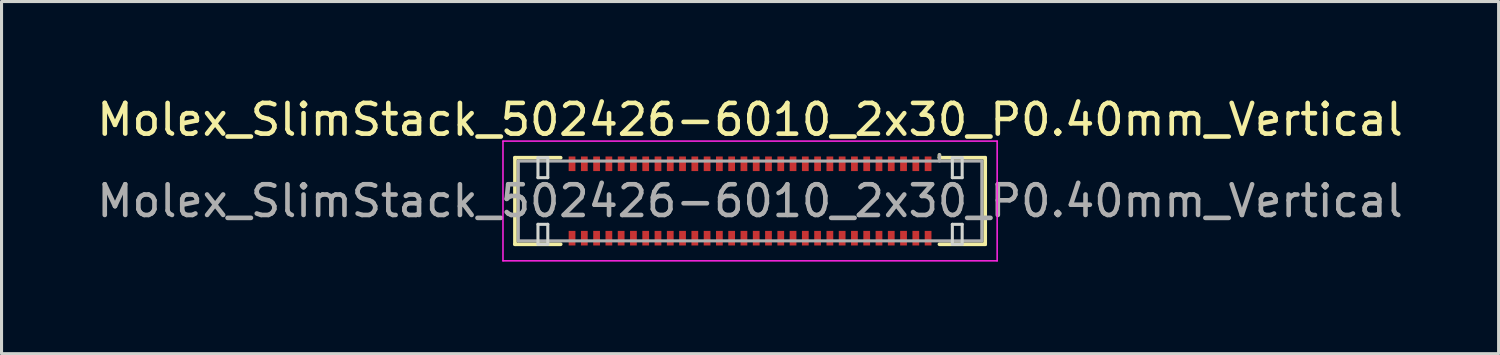
<source format=kicad_pcb>
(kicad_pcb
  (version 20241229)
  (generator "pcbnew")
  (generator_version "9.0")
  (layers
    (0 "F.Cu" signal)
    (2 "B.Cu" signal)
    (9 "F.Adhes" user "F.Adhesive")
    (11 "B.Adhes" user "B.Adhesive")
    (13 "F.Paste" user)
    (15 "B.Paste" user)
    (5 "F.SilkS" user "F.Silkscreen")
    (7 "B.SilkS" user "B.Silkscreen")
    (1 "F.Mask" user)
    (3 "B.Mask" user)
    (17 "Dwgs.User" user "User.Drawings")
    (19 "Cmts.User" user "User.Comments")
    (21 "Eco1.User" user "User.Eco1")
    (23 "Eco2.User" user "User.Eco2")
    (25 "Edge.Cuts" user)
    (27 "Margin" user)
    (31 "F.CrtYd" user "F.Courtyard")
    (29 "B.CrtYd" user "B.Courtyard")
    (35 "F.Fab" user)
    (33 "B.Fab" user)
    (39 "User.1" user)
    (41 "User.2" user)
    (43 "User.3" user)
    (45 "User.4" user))
  (footprint "Molex_SlimStack_502426-6010_2x30_P0.40mm_Vertical"
    (layer "F.Cu")
    (at 21.387 3.498)
    (property "Reference" "Molex_SlimStack_502426-6010_2x30_P0.40mm_Vertical" (at 0 -2.65 0) (layer "F.SilkS") (effects (font (size 1 1) (thickness 0.15))))
    (attr smd)
    (fp_line (start -7.66 -1.41) (end -6.17 -1.41) (stroke (width 0.12) (type solid)) (layer "F.SilkS"))
    (fp_line (start -7.66 1.41) (end -7.66 -1.41) (stroke (width 0.12) (type solid)) (layer "F.SilkS"))
    (fp_line (start -6.17 1.41) (end -7.66 1.41) (stroke (width 0.12) (type solid)) (layer "F.SilkS"))
    (fp_line (start 6.17 -1.41) (end 6.17 -1.5) (stroke (width 0.12) (type solid)) (layer "F.SilkS"))
    (fp_line (start 6.17 1.41) (end 7.66 1.41) (stroke (width 0.12) (type solid)) (layer "F.SilkS"))
    (fp_line (start 7.66 -1.41) (end 6.17 -1.41) (stroke (width 0.12) (type solid)) (layer "F.SilkS"))
    (fp_line (start 7.66 1.41) (end 7.66 -1.41) (stroke (width 0.12) (type solid)) (layer "F.SilkS"))
    (fp_line (start -6.91 -1.41) (end -6.91 -0.76) (stroke (width 0.1) (type solid)) (layer "Edge.Cuts"))
    (fp_line (start -6.91 -0.76) (end -6.59 -0.76) (stroke (width 0.1) (type solid)) (layer "Edge.Cuts"))
    (fp_line (start -6.91 0.76) (end -6.91 1.41) (stroke (width 0.1) (type solid)) (layer "Edge.Cuts"))
    (fp_line (start -6.91 1.41) (end -6.59 1.41) (stroke (width 0.1) (type solid)) (layer "Edge.Cuts"))
    (fp_line (start -6.59 -1.41) (end -6.91 -1.41) (stroke (width 0.1) (type solid)) (layer "Edge.Cuts"))
    (fp_line (start -6.59 -0.76) (end -6.59 -1.41) (stroke (width 0.1) (type solid)) (layer "Edge.Cuts"))
    (fp_line (start -6.59 0.76) (end -6.91 0.76) (stroke (width 0.1) (type solid)) (layer "Edge.Cuts"))
    (fp_line (start -6.59 1.41) (end -6.59 0.76) (stroke (width 0.1) (type solid)) (layer "Edge.Cuts"))
    (fp_line (start 6.59 -1.41) (end 6.59 -0.76) (stroke (width 0.1) (type solid)) (layer "Edge.Cuts"))
    (fp_line (start 6.59 -0.76) (end 6.91 -0.76) (stroke (width 0.1) (type solid)) (layer "Edge.Cuts"))
    (fp_line (start 6.59 0.76) (end 6.59 1.41) (stroke (width 0.1) (type solid)) (layer "Edge.Cuts"))
    (fp_line (start 6.59 1.41) (end 6.91 1.41) (stroke (width 0.1) (type solid)) (layer "Edge.Cuts"))
    (fp_line (start 6.91 -1.41) (end 6.59 -1.41) (stroke (width 0.1) (type solid)) (layer "Edge.Cuts"))
    (fp_line (start 6.91 -0.76) (end 6.91 -1.41) (stroke (width 0.1) (type solid)) (layer "Edge.Cuts"))
    (fp_line (start 6.91 0.76) (end 6.59 0.76) (stroke (width 0.1) (type solid)) (layer "Edge.Cuts"))
    (fp_line (start 6.91 1.41) (end 6.91 0.76) (stroke (width 0.1) (type solid)) (layer "Edge.Cuts"))
    (fp_line (start -8.05 -1.95) (end -8.05 1.95) (stroke (width 0.05) (type solid)) (layer "F.CrtYd"))
    (fp_line (start -8.05 1.95) (end 8.05 1.95) (stroke (width 0.05) (type solid)) (layer "F.CrtYd"))
    (fp_line (start 8.05 -1.95) (end -8.05 -1.95) (stroke (width 0.05) (type solid)) (layer "F.CrtYd"))
    (fp_line (start 8.05 1.95) (end 8.05 -1.95) (stroke (width 0.05) (type solid)) (layer "F.CrtYd"))
    (fp_line (start -7.55 -1.3) (end -7.55 1.3) (stroke (width 0.1) (type solid)) (layer "F.Fab"))
    (fp_line (start -7.55 1.3) (end 7.55 1.3) (stroke (width 0.1) (type solid)) (layer "F.Fab"))
    (fp_line (start 6.17 -1.3) (end 6.17 -1.5) (stroke (width 0.1) (type solid)) (layer "F.Fab"))
    (fp_line (start 7.55 -1.3) (end -7.55 -1.3) (stroke (width 0.1) (type solid)) (layer "F.Fab"))
    (fp_line (start 7.55 1.3) (end 7.55 -1.3) (stroke (width 0.1) (type solid)) (layer "F.Fab"))
    (fp_text user "${REFERENCE}" (at 0 0 0) (layer "F.Fab") (effects (font (size 1 1) (thickness 0.15))))
    (pad "1" smd rect (at 5.8 -1.212) (size 0.22 0.475) (layers "F.Cu" "F.Mask" "F.Paste"))
    (pad "2" smd rect (at 5.8 1.212) (size 0.22 0.475) (layers "F.Cu" "F.Mask" "F.Paste"))
    (pad "3" smd rect (at 5.4 -1.212) (size 0.22 0.475) (layers "F.Cu" "F.Mask" "F.Paste"))
    (pad "4" smd rect (at 5.4 1.212) (size 0.22 0.475) (layers "F.Cu" "F.Mask" "F.Paste"))
    (pad "5" smd rect (at 5 -1.212) (size 0.22 0.475) (layers "F.Cu" "F.Mask" "F.Paste"))
    (pad "6" smd rect (at 5 1.212) (size 0.22 0.475) (layers "F.Cu" "F.Mask" "F.Paste"))
    (pad "7" smd rect (at 4.6 -1.212) (size 0.22 0.475) (layers "F.Cu" "F.Mask" "F.Paste"))
    (pad "8" smd rect (at 4.6 1.212) (size 0.22 0.475) (layers "F.Cu" "F.Mask" "F.Paste"))
    (pad "9" smd rect (at 4.2 -1.212) (size 0.22 0.475) (layers "F.Cu" "F.Mask" "F.Paste"))
    (pad "10" smd rect (at 4.2 1.212) (size 0.22 0.475) (layers "F.Cu" "F.Mask" "F.Paste"))
    (pad "11" smd rect (at 3.8 -1.212) (size 0.22 0.475) (layers "F.Cu" "F.Mask" "F.Paste"))
    (pad "12" smd rect (at 3.8 1.212) (size 0.22 0.475) (layers "F.Cu" "F.Mask" "F.Paste"))
    (pad "13" smd rect (at 3.4 -1.212) (size 0.22 0.475) (layers "F.Cu" "F.Mask" "F.Paste"))
    (pad "14" smd rect (at 3.4 1.212) (size 0.22 0.475) (layers "F.Cu" "F.Mask" "F.Paste"))
    (pad "15" smd rect (at 3 -1.212) (size 0.22 0.475) (layers "F.Cu" "F.Mask" "F.Paste"))
    (pad "16" smd rect (at 3 1.212) (size 0.22 0.475) (layers "F.Cu" "F.Mask" "F.Paste"))
    (pad "17" smd rect (at 2.6 -1.212) (size 0.22 0.475) (layers "F.Cu" "F.Mask" "F.Paste"))
    (pad "18" smd rect (at 2.6 1.212) (size 0.22 0.475) (layers "F.Cu" "F.Mask" "F.Paste"))
    (pad "19" smd rect (at 2.2 -1.212) (size 0.22 0.475) (layers "F.Cu" "F.Mask" "F.Paste"))
    (pad "20" smd rect (at 2.2 1.212) (size 0.22 0.475) (layers "F.Cu" "F.Mask" "F.Paste"))
    (pad "21" smd rect (at 1.8 -1.212) (size 0.22 0.475) (layers "F.Cu" "F.Mask" "F.Paste"))
    (pad "22" smd rect (at 1.8 1.212) (size 0.22 0.475) (layers "F.Cu" "F.Mask" "F.Paste"))
    (pad "23" smd rect (at 1.4 -1.212) (size 0.22 0.475) (layers "F.Cu" "F.Mask" "F.Paste"))
    (pad "24" smd rect (at 1.4 1.212) (size 0.22 0.475) (layers "F.Cu" "F.Mask" "F.Paste"))
    (pad "25" smd rect (at 1 -1.212) (size 0.22 0.475) (layers "F.Cu" "F.Mask" "F.Paste"))
    (pad "26" smd rect (at 1 1.212) (size 0.22 0.475) (layers "F.Cu" "F.Mask" "F.Paste"))
    (pad "27" smd rect (at 0.6 -1.212) (size 0.22 0.475) (layers "F.Cu" "F.Mask" "F.Paste"))
    (pad "28" smd rect (at 0.6 1.212) (size 0.22 0.475) (layers "F.Cu" "F.Mask" "F.Paste"))
    (pad "29" smd rect (at 0.2 -1.212) (size 0.22 0.475) (layers "F.Cu" "F.Mask" "F.Paste"))
    (pad "30" smd rect (at 0.2 1.212) (size 0.22 0.475) (layers "F.Cu" "F.Mask" "F.Paste"))
    (pad "31" smd rect (at -0.2 -1.212) (size 0.22 0.475) (layers "F.Cu" "F.Mask" "F.Paste"))
    (pad "32" smd rect (at -0.2 1.212) (size 0.22 0.475) (layers "F.Cu" "F.Mask" "F.Paste"))
    (pad "33" smd rect (at -0.6 -1.212) (size 0.22 0.475) (layers "F.Cu" "F.Mask" "F.Paste"))
    (pad "34" smd rect (at -0.6 1.212) (size 0.22 0.475) (layers "F.Cu" "F.Mask" "F.Paste"))
    (pad "35" smd rect (at -1 -1.212) (size 0.22 0.475) (layers "F.Cu" "F.Mask" "F.Paste"))
    (pad "36" smd rect (at -1 1.212) (size 0.22 0.475) (layers "F.Cu" "F.Mask" "F.Paste"))
    (pad "37" smd rect (at -1.4 -1.212) (size 0.22 0.475) (layers "F.Cu" "F.Mask" "F.Paste"))
    (pad "38" smd rect (at -1.4 1.212) (size 0.22 0.475) (layers "F.Cu" "F.Mask" "F.Paste"))
    (pad "39" smd rect (at -1.8 -1.212) (size 0.22 0.475) (layers "F.Cu" "F.Mask" "F.Paste"))
    (pad "40" smd rect (at -1.8 1.212) (size 0.22 0.475) (layers "F.Cu" "F.Mask" "F.Paste"))
    (pad "41" smd rect (at -2.2 -1.212) (size 0.22 0.475) (layers "F.Cu" "F.Mask" "F.Paste"))
    (pad "42" smd rect (at -2.2 1.212) (size 0.22 0.475) (layers "F.Cu" "F.Mask" "F.Paste"))
    (pad "43" smd rect (at -2.6 -1.212) (size 0.22 0.475) (layers "F.Cu" "F.Mask" "F.Paste"))
    (pad "44" smd rect (at -2.6 1.212) (size 0.22 0.475) (layers "F.Cu" "F.Mask" "F.Paste"))
    (pad "45" smd rect (at -3 -1.212) (size 0.22 0.475) (layers "F.Cu" "F.Mask" "F.Paste"))
    (pad "46" smd rect (at -3 1.212) (size 0.22 0.475) (layers "F.Cu" "F.Mask" "F.Paste"))
    (pad "47" smd rect (at -3.4 -1.212) (size 0.22 0.475) (layers "F.Cu" "F.Mask" "F.Paste"))
    (pad "48" smd rect (at -3.4 1.212) (size 0.22 0.475) (layers "F.Cu" "F.Mask" "F.Paste"))
    (pad "49" smd rect (at -3.8 -1.212) (size 0.22 0.475) (layers "F.Cu" "F.Mask" "F.Paste"))
    (pad "50" smd rect (at -3.8 1.212) (size 0.22 0.475) (layers "F.Cu" "F.Mask" "F.Paste"))
    (pad "51" smd rect (at -4.2 -1.212) (size 0.22 0.475) (layers "F.Cu" "F.Mask" "F.Paste"))
    (pad "52" smd rect (at -4.2 1.212) (size 0.22 0.475) (layers "F.Cu" "F.Mask" "F.Paste"))
    (pad "53" smd rect (at -4.6 -1.212) (size 0.22 0.475) (layers "F.Cu" "F.Mask" "F.Paste"))
    (pad "54" smd rect (at -4.6 1.212) (size 0.22 0.475) (layers "F.Cu" "F.Mask" "F.Paste"))
    (pad "55" smd rect (at -5 -1.212) (size 0.22 0.475) (layers "F.Cu" "F.Mask" "F.Paste"))
    (pad "56" smd rect (at -5 1.212) (size 0.22 0.475) (layers "F.Cu" "F.Mask" "F.Paste"))
    (pad "57" smd rect (at -5.4 -1.212) (size 0.22 0.475) (layers "F.Cu" "F.Mask" "F.Paste"))
    (pad "58" smd rect (at -5.4 1.212) (size 0.22 0.475) (layers "F.Cu" "F.Mask" "F.Paste"))
    (pad "59" smd rect (at -5.8 -1.212) (size 0.22 0.475) (layers "F.Cu" "F.Mask" "F.Paste"))
    (pad "60" smd rect (at -5.8 1.212) (size 0.22 0.475) (layers "F.Cu" "F.Mask" "F.Paste")))
  (gr_rect
    (start -3 -3)
    (end 45.774 8.473)
    (stroke (width 0.1) (type default))
    (fill no)
    (layer "Edge.Cuts")))
</source>
